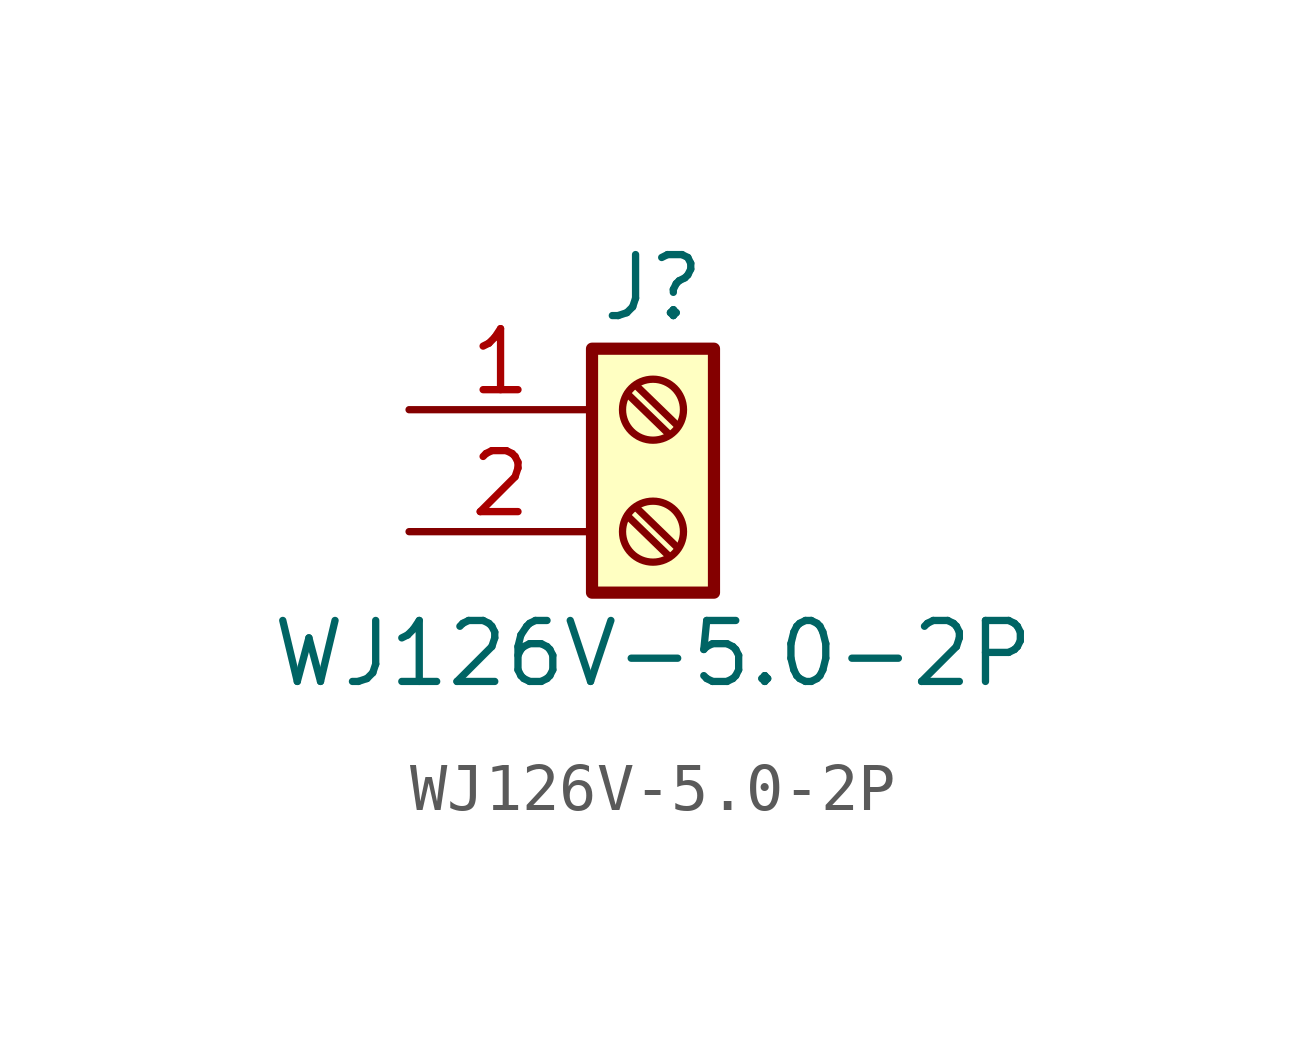
<source format=kicad_sym>
(kicad_symbol_lib
  (version 20241209)
  (generator "kicad_symbol_editor")
  (generator_version "9.0")
  (symbol "WJ126V-5.0-2P"
    (pin_names
      (offset 1.016)
      (hide yes))
    (property "Reference" "J"
      (at 0 2.54 0)
      (effects (font (size 1.27 1.27))))
    (property "Value" "WJ126V-5.0-2P"
      (at 0 -5.08 0)
      (effects (font (size 1.27 1.27))))
    (symbol "WJ126V-5.0-2P_1_1"
      (rectangle (start -1.27 1.27) (end 1.27 -3.81) (stroke (width 0.254) (type default)) (fill (type background)))
      (polyline (pts (xy -0.533 0.33) (xy 0.33 -0.508)) (stroke (width 0.152) (type default)) (fill (type none)))
      (polyline (pts (xy -0.533 -2.21) (xy 0.33 -3.048)) (stroke (width 0.152) (type default)) (fill (type none)))
      (polyline (pts (xy -0.356 0.508) (xy 0.508 -0.33)) (stroke (width 0.152) (type default)) (fill (type none)))
      (polyline (pts (xy -0.356 -2.032) (xy 0.508 -2.87)) (stroke (width 0.152) (type default)) (fill (type none)))
      (circle (center 0 0) (radius 0.635) (stroke (width 0.152) (type default)) (fill (type none)))
      (circle (center 0 -2.54) (radius 0.635) (stroke (width 0.152) (type default)) (fill (type none)))
      (pin passive line (at -5.08 0 0) (length 3.81) (name "Pin_1" (effects (font (size 1.27 1.27)))) (number "1" (effects (font (size 1.27 1.27)))))
      (pin passive line (at -5.08 -2.54 0) (length 3.81) (name "Pin_2" (effects (font (size 1.27 1.27)))) (number "2" (effects (font (size 1.27 1.27))))))))
</source>
